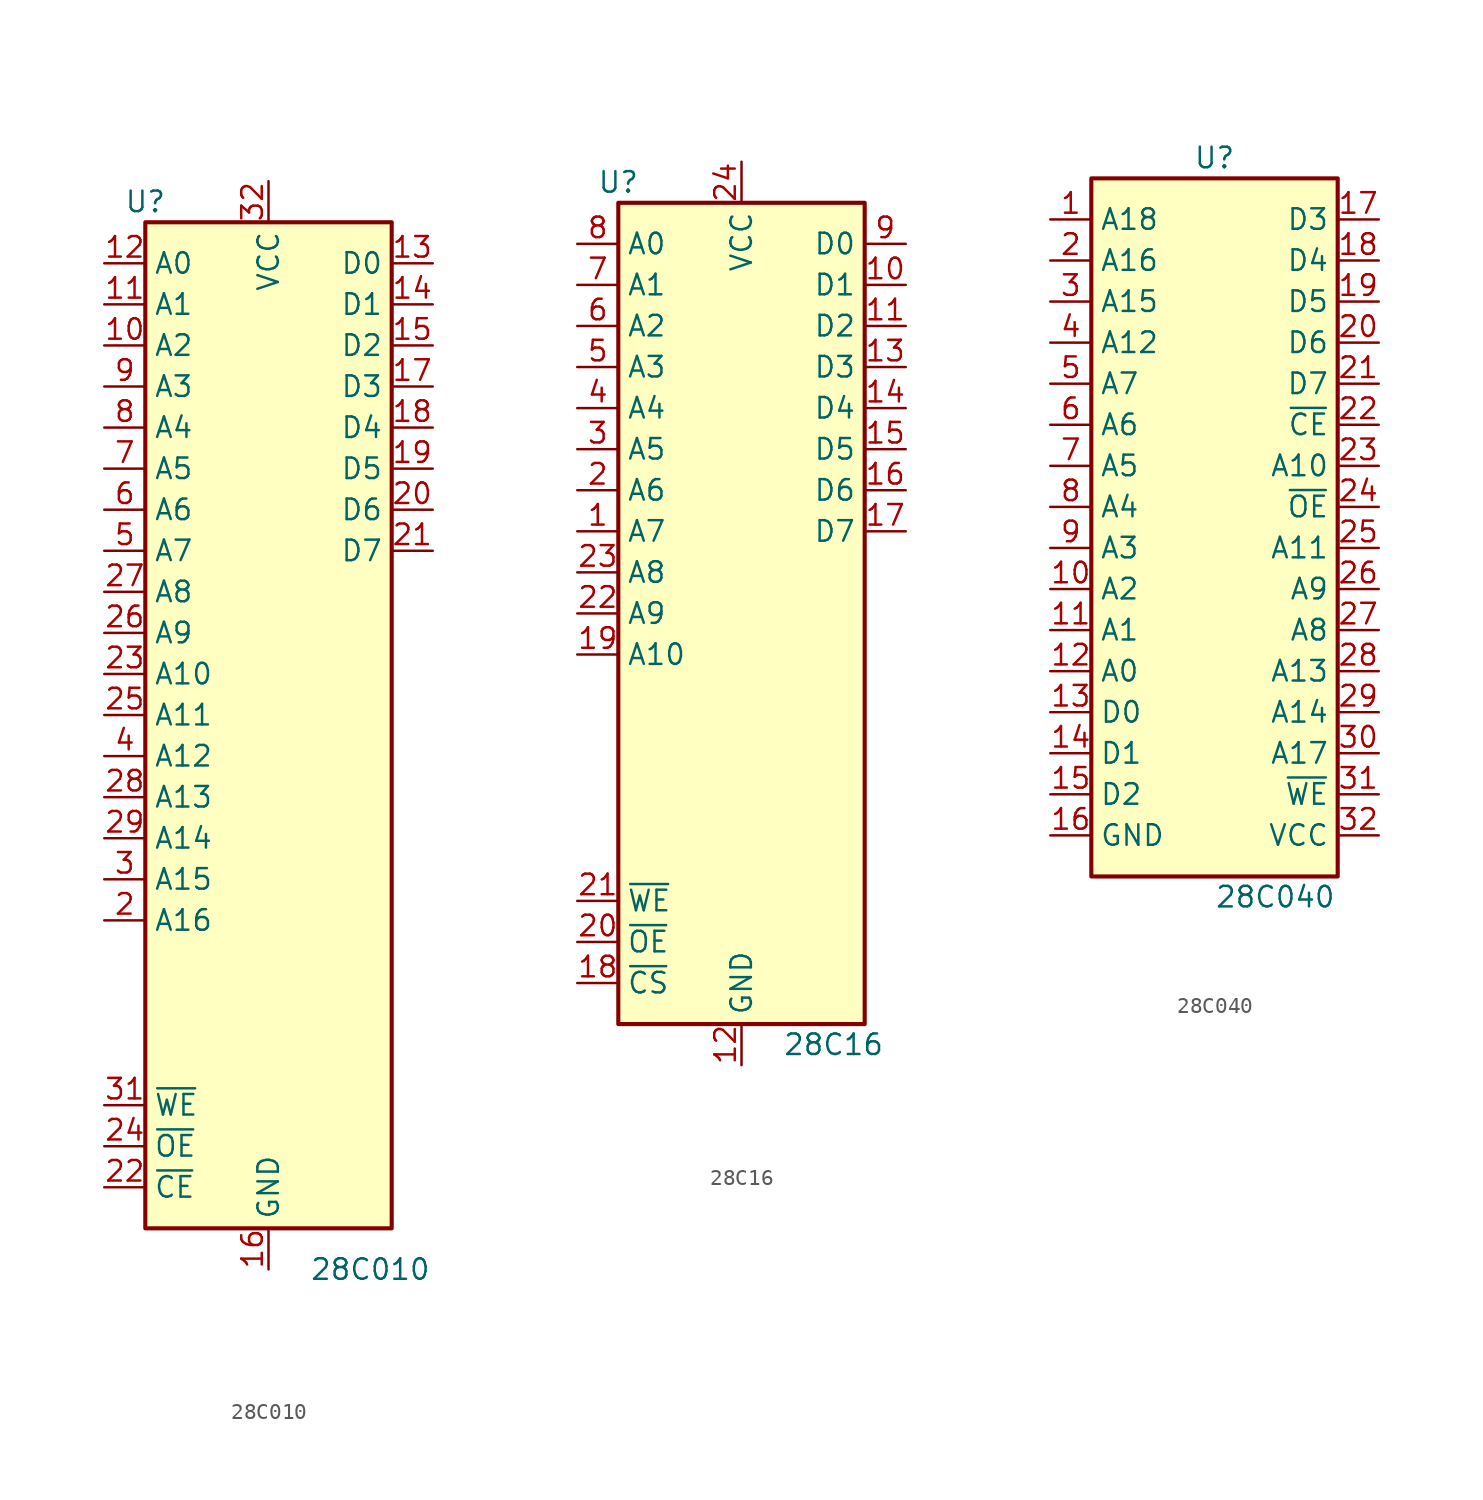
<source format=kicad_sym>
(kicad_symbol_lib
  (version 20211014)
  (generator kicad_symbol_editor)
  (symbol "28C010"
    (property "Reference" "U"
      (at -7.62 30.48 0)
      (effects (font (size 1.27 1.27))))
    (property "Value" "28C010"
      (at 2.54 -35.56 0)
      (effects (font (size 1.27 1.27)) (justify left)))
    (symbol "28C010_1_1"
      (rectangle (start -7.62 29.21) (end 7.62 -33.02) (stroke (width 0.254) (type default) (color 0 0 0 0)) (fill (type background)))
      (pin input line (at -10.16 21.59 0) (length 2.54) (name "A2" (effects (font (size 1.27 1.27)))) (number "10" (effects (font (size 1.27 1.27)))))
      (pin input line (at -10.16 24.13 0) (length 2.54) (name "A1" (effects (font (size 1.27 1.27)))) (number "11" (effects (font (size 1.27 1.27)))))
      (pin input line (at -10.16 26.67 0) (length 2.54) (name "A0" (effects (font (size 1.27 1.27)))) (number "12" (effects (font (size 1.27 1.27)))))
      (pin tri_state line (at 10.16 26.67 180) (length 2.54) (name "D0" (effects (font (size 1.27 1.27)))) (number "13" (effects (font (size 1.27 1.27)))))
      (pin tri_state line (at 10.16 24.13 180) (length 2.54) (name "D1" (effects (font (size 1.27 1.27)))) (number "14" (effects (font (size 1.27 1.27)))))
      (pin tri_state line (at 10.16 21.59 180) (length 2.54) (name "D2" (effects (font (size 1.27 1.27)))) (number "15" (effects (font (size 1.27 1.27)))))
      (pin power_in line (at 0 -35.56 90) (length 2.54) (name "GND" (effects (font (size 1.27 1.27)))) (number "16" (effects (font (size 1.27 1.27)))))
      (pin tri_state line (at 10.16 19.05 180) (length 2.54) (name "D3" (effects (font (size 1.27 1.27)))) (number "17" (effects (font (size 1.27 1.27)))))
      (pin tri_state line (at 10.16 16.51 180) (length 2.54) (name "D4" (effects (font (size 1.27 1.27)))) (number "18" (effects (font (size 1.27 1.27)))))
      (pin tri_state line (at 10.16 13.97 180) (length 2.54) (name "D5" (effects (font (size 1.27 1.27)))) (number "19" (effects (font (size 1.27 1.27)))))
      (pin input line (at -10.16 -13.97 0) (length 2.54) (name "A16" (effects (font (size 1.27 1.27)))) (number "2" (effects (font (size 1.27 1.27)))))
      (pin tri_state line (at 10.16 11.43 180) (length 2.54) (name "D6" (effects (font (size 1.27 1.27)))) (number "20" (effects (font (size 1.27 1.27)))))
      (pin tri_state line (at 10.16 8.89 180) (length 2.54) (name "D7" (effects (font (size 1.27 1.27)))) (number "21" (effects (font (size 1.27 1.27)))))
      (pin input line (at -10.16 -30.48 0) (length 2.54) (name "~{CE}" (effects (font (size 1.27 1.27)))) (number "22" (effects (font (size 1.27 1.27)))))
      (pin input line (at -10.16 1.27 0) (length 2.54) (name "A10" (effects (font (size 1.27 1.27)))) (number "23" (effects (font (size 1.27 1.27)))))
      (pin input line (at -10.16 -27.94 0) (length 2.54) (name "~{OE}" (effects (font (size 1.27 1.27)))) (number "24" (effects (font (size 1.27 1.27)))))
      (pin input line (at -10.16 -1.27 0) (length 2.54) (name "A11" (effects (font (size 1.27 1.27)))) (number "25" (effects (font (size 1.27 1.27)))))
      (pin input line (at -10.16 3.81 0) (length 2.54) (name "A9" (effects (font (size 1.27 1.27)))) (number "26" (effects (font (size 1.27 1.27)))))
      (pin input line (at -10.16 6.35 0) (length 2.54) (name "A8" (effects (font (size 1.27 1.27)))) (number "27" (effects (font (size 1.27 1.27)))))
      (pin input line (at -10.16 -6.35 0) (length 2.54) (name "A13" (effects (font (size 1.27 1.27)))) (number "28" (effects (font (size 1.27 1.27)))))
      (pin input line (at -10.16 -8.89 0) (length 2.54) (name "A14" (effects (font (size 1.27 1.27)))) (number "29" (effects (font (size 1.27 1.27)))))
      (pin input line (at -10.16 -11.43 0) (length 2.54) (name "A15" (effects (font (size 1.27 1.27)))) (number "3" (effects (font (size 1.27 1.27)))))
      (pin input line (at -10.16 -25.4 0) (length 2.54) (name "~{WE}" (effects (font (size 1.27 1.27)))) (number "31" (effects (font (size 1.27 1.27)))))
      (pin power_in line (at 0 31.75 270) (length 2.54) (name "VCC" (effects (font (size 1.27 1.27)))) (number "32" (effects (font (size 1.27 1.27)))))
      (pin input line (at -10.16 -3.81 0) (length 2.54) (name "A12" (effects (font (size 1.27 1.27)))) (number "4" (effects (font (size 1.27 1.27)))))
      (pin input line (at -10.16 8.89 0) (length 2.54) (name "A7" (effects (font (size 1.27 1.27)))) (number "5" (effects (font (size 1.27 1.27)))))
      (pin input line (at -10.16 11.43 0) (length 2.54) (name "A6" (effects (font (size 1.27 1.27)))) (number "6" (effects (font (size 1.27 1.27)))))
      (pin input line (at -10.16 13.97 0) (length 2.54) (name "A5" (effects (font (size 1.27 1.27)))) (number "7" (effects (font (size 1.27 1.27)))))
      (pin input line (at -10.16 16.51 0) (length 2.54) (name "A4" (effects (font (size 1.27 1.27)))) (number "8" (effects (font (size 1.27 1.27)))))
      (pin input line (at -10.16 19.05 0) (length 2.54) (name "A3" (effects (font (size 1.27 1.27)))) (number "9" (effects (font (size 1.27 1.27)))))))
  (symbol "28C16"
    (property "Reference" "U"
      (at -7.62 26.67 0)
      (effects (font (size 1.27 1.27))))
    (property "Value" "28C16"
      (at 2.54 -26.67 0)
      (effects (font (size 1.27 1.27)) (justify left)))
    (symbol "28C16_1_1"
      (rectangle (start -7.62 25.4) (end 7.62 -25.4) (stroke (width 0.254) (type default) (color 0 0 0 0)) (fill (type background)))
      (pin input line (at -10.16 5.08 0) (length 2.54) (name "A7" (effects (font (size 1.27 1.27)))) (number "1" (effects (font (size 1.27 1.27)))))
      (pin tri_state line (at 10.16 20.32 180) (length 2.54) (name "D1" (effects (font (size 1.27 1.27)))) (number "10" (effects (font (size 1.27 1.27)))))
      (pin tri_state line (at 10.16 17.78 180) (length 2.54) (name "D2" (effects (font (size 1.27 1.27)))) (number "11" (effects (font (size 1.27 1.27)))))
      (pin power_in line (at 0 -27.94 90) (length 2.54) (name "GND" (effects (font (size 1.27 1.27)))) (number "12" (effects (font (size 1.27 1.27)))))
      (pin tri_state line (at 10.16 15.24 180) (length 2.54) (name "D3" (effects (font (size 1.27 1.27)))) (number "13" (effects (font (size 1.27 1.27)))))
      (pin tri_state line (at 10.16 12.7 180) (length 2.54) (name "D4" (effects (font (size 1.27 1.27)))) (number "14" (effects (font (size 1.27 1.27)))))
      (pin tri_state line (at 10.16 10.16 180) (length 2.54) (name "D5" (effects (font (size 1.27 1.27)))) (number "15" (effects (font (size 1.27 1.27)))))
      (pin tri_state line (at 10.16 7.62 180) (length 2.54) (name "D6" (effects (font (size 1.27 1.27)))) (number "16" (effects (font (size 1.27 1.27)))))
      (pin tri_state line (at 10.16 5.08 180) (length 2.54) (name "D7" (effects (font (size 1.27 1.27)))) (number "17" (effects (font (size 1.27 1.27)))))
      (pin input line (at -10.16 -22.86 0) (length 2.54) (name "~{CS}" (effects (font (size 1.27 1.27)))) (number "18" (effects (font (size 1.27 1.27)))))
      (pin input line (at -10.16 -2.54 0) (length 2.54) (name "A10" (effects (font (size 1.27 1.27)))) (number "19" (effects (font (size 1.27 1.27)))))
      (pin input line (at -10.16 7.62 0) (length 2.54) (name "A6" (effects (font (size 1.27 1.27)))) (number "2" (effects (font (size 1.27 1.27)))))
      (pin input line (at -10.16 -20.32 0) (length 2.54) (name "~{OE}" (effects (font (size 1.27 1.27)))) (number "20" (effects (font (size 1.27 1.27)))))
      (pin input line (at -10.16 -17.78 0) (length 2.54) (name "~{WE}" (effects (font (size 1.27 1.27)))) (number "21" (effects (font (size 1.27 1.27)))))
      (pin input line (at -10.16 0 0) (length 2.54) (name "A9" (effects (font (size 1.27 1.27)))) (number "22" (effects (font (size 1.27 1.27)))))
      (pin input line (at -10.16 2.54 0) (length 2.54) (name "A8" (effects (font (size 1.27 1.27)))) (number "23" (effects (font (size 1.27 1.27)))))
      (pin power_in line (at 0 27.94 270) (length 2.54) (name "VCC" (effects (font (size 1.27 1.27)))) (number "24" (effects (font (size 1.27 1.27)))))
      (pin input line (at -10.16 10.16 0) (length 2.54) (name "A5" (effects (font (size 1.27 1.27)))) (number "3" (effects (font (size 1.27 1.27)))))
      (pin input line (at -10.16 12.7 0) (length 2.54) (name "A4" (effects (font (size 1.27 1.27)))) (number "4" (effects (font (size 1.27 1.27)))))
      (pin input line (at -10.16 15.24 0) (length 2.54) (name "A3" (effects (font (size 1.27 1.27)))) (number "5" (effects (font (size 1.27 1.27)))))
      (pin input line (at -10.16 17.78 0) (length 2.54) (name "A2" (effects (font (size 1.27 1.27)))) (number "6" (effects (font (size 1.27 1.27)))))
      (pin input line (at -10.16 20.32 0) (length 2.54) (name "A1" (effects (font (size 1.27 1.27)))) (number "7" (effects (font (size 1.27 1.27)))))
      (pin input line (at -10.16 22.86 0) (length 2.54) (name "A0" (effects (font (size 1.27 1.27)))) (number "8" (effects (font (size 1.27 1.27)))))
      (pin tri_state line (at 10.16 22.86 180) (length 2.54) (name "D0" (effects (font (size 1.27 1.27)))) (number "9" (effects (font (size 1.27 1.27)))))))
  (symbol "28C040"
    (property "Reference" "U"
      (at 0 30.48 0)
      (effects (font (size 1.27 1.27))))
    (property "Value" "28C040"
      (at 0 -15.24 0)
      (effects (font (size 1.27 1.27)) (justify left)))
    (symbol "28C040_1_1"
      (rectangle (start -7.62 29.21) (end 7.62 -13.97) (stroke (width 0.254) (type default) (color 0 0 0 0)) (fill (type background)))
      (pin input line (at -10.16 26.67 0) (length 2.54) (name "A18" (effects (font (size 1.27 1.27)))) (number "1" (effects (font (size 1.27 1.27)))))
      (pin input line (at -10.16 3.81 0) (length 2.54) (name "A2" (effects (font (size 1.27 1.27)))) (number "10" (effects (font (size 1.27 1.27)))))
      (pin input line (at -10.16 1.27 0) (length 2.54) (name "A1" (effects (font (size 1.27 1.27)))) (number "11" (effects (font (size 1.27 1.27)))))
      (pin input line (at -10.16 -1.27 0) (length 2.54) (name "A0" (effects (font (size 1.27 1.27)))) (number "12" (effects (font (size 1.27 1.27)))))
      (pin tri_state line (at -10.16 -3.81 0) (length 2.54) (name "D0" (effects (font (size 1.27 1.27)))) (number "13" (effects (font (size 1.27 1.27)))))
      (pin tri_state line (at -10.16 -6.35 0) (length 2.54) (name "D1" (effects (font (size 1.27 1.27)))) (number "14" (effects (font (size 1.27 1.27)))))
      (pin tri_state line (at -10.16 -8.89 0) (length 2.54) (name "D2" (effects (font (size 1.27 1.27)))) (number "15" (effects (font (size 1.27 1.27)))))
      (pin power_in line (at -10.16 -11.43 0) (length 2.54) (name "GND" (effects (font (size 1.27 1.27)))) (number "16" (effects (font (size 1.27 1.27)))))
      (pin tri_state line (at 10.16 26.67 180) (length 2.54) (name "D3" (effects (font (size 1.27 1.27)))) (number "17" (effects (font (size 1.27 1.27)))))
      (pin tri_state line (at 10.16 24.13 180) (length 2.54) (name "D4" (effects (font (size 1.27 1.27)))) (number "18" (effects (font (size 1.27 1.27)))))
      (pin tri_state line (at 10.16 21.59 180) (length 2.54) (name "D5" (effects (font (size 1.27 1.27)))) (number "19" (effects (font (size 1.27 1.27)))))
      (pin input line (at -10.16 24.13 0) (length 2.54) (name "A16" (effects (font (size 1.27 1.27)))) (number "2" (effects (font (size 1.27 1.27)))))
      (pin tri_state line (at 10.16 19.05 180) (length 2.54) (name "D6" (effects (font (size 1.27 1.27)))) (number "20" (effects (font (size 1.27 1.27)))))
      (pin tri_state line (at 10.16 16.51 180) (length 2.54) (name "D7" (effects (font (size 1.27 1.27)))) (number "21" (effects (font (size 1.27 1.27)))))
      (pin input line (at 10.16 13.97 180) (length 2.54) (name "~{CE}" (effects (font (size 1.27 1.27)))) (number "22" (effects (font (size 1.27 1.27)))))
      (pin input line (at 10.16 11.43 180) (length 2.54) (name "A10" (effects (font (size 1.27 1.27)))) (number "23" (effects (font (size 1.27 1.27)))))
      (pin input line (at 10.16 8.89 180) (length 2.54) (name "~{OE}" (effects (font (size 1.27 1.27)))) (number "24" (effects (font (size 1.27 1.27)))))
      (pin input line (at 10.16 6.35 180) (length 2.54) (name "A11" (effects (font (size 1.27 1.27)))) (number "25" (effects (font (size 1.27 1.27)))))
      (pin input line (at 10.16 3.81 180) (length 2.54) (name "A9" (effects (font (size 1.27 1.27)))) (number "26" (effects (font (size 1.27 1.27)))))
      (pin input line (at 10.16 1.27 180) (length 2.54) (name "A8" (effects (font (size 1.27 1.27)))) (number "27" (effects (font (size 1.27 1.27)))))
      (pin input line (at 10.16 -1.27 180) (length 2.54) (name "A13" (effects (font (size 1.27 1.27)))) (number "28" (effects (font (size 1.27 1.27)))))
      (pin input line (at 10.16 -3.81 180) (length 2.54) (name "A14" (effects (font (size 1.27 1.27)))) (number "29" (effects (font (size 1.27 1.27)))))
      (pin input line (at -10.16 21.59 0) (length 2.54) (name "A15" (effects (font (size 1.27 1.27)))) (number "3" (effects (font (size 1.27 1.27)))))
      (pin input line (at 10.16 -6.35 180) (length 2.54) (name "A17" (effects (font (size 1.27 1.27)))) (number "30" (effects (font (size 1.27 1.27)))))
      (pin input line (at 10.16 -8.89 180) (length 2.54) (name "~{WE}" (effects (font (size 1.27 1.27)))) (number "31" (effects (font (size 1.27 1.27)))))
      (pin power_in line (at 10.16 -11.43 180) (length 2.54) (name "VCC" (effects (font (size 1.27 1.27)))) (number "32" (effects (font (size 1.27 1.27)))))
      (pin input line (at -10.16 19.05 0) (length 2.54) (name "A12" (effects (font (size 1.27 1.27)))) (number "4" (effects (font (size 1.27 1.27)))))
      (pin input line (at -10.16 16.51 0) (length 2.54) (name "A7" (effects (font (size 1.27 1.27)))) (number "5" (effects (font (size 1.27 1.27)))))
      (pin input line (at -10.16 13.97 0) (length 2.54) (name "A6" (effects (font (size 1.27 1.27)))) (number "6" (effects (font (size 1.27 1.27)))))
      (pin input line (at -10.16 11.43 0) (length 2.54) (name "A5" (effects (font (size 1.27 1.27)))) (number "7" (effects (font (size 1.27 1.27)))))
      (pin input line (at -10.16 8.89 0) (length 2.54) (name "A4" (effects (font (size 1.27 1.27)))) (number "8" (effects (font (size 1.27 1.27)))))
      (pin input line (at -10.16 6.35 0) (length 2.54) (name "A3" (effects (font (size 1.27 1.27)))) (number "9" (effects (font (size 1.27 1.27))))))))
</source>
